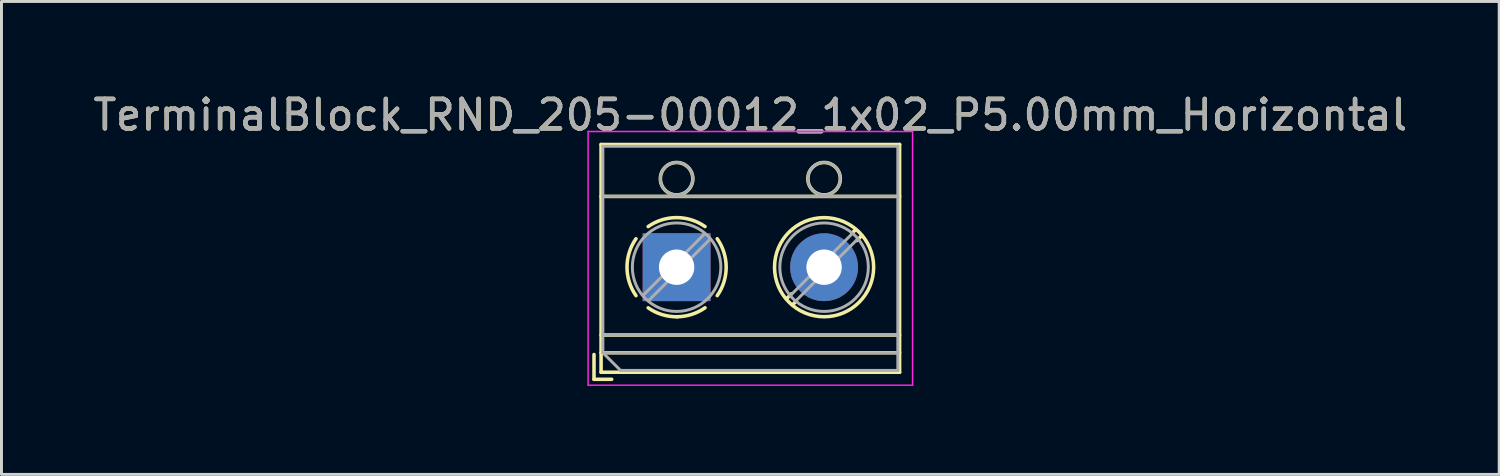
<source format=kicad_pcb>
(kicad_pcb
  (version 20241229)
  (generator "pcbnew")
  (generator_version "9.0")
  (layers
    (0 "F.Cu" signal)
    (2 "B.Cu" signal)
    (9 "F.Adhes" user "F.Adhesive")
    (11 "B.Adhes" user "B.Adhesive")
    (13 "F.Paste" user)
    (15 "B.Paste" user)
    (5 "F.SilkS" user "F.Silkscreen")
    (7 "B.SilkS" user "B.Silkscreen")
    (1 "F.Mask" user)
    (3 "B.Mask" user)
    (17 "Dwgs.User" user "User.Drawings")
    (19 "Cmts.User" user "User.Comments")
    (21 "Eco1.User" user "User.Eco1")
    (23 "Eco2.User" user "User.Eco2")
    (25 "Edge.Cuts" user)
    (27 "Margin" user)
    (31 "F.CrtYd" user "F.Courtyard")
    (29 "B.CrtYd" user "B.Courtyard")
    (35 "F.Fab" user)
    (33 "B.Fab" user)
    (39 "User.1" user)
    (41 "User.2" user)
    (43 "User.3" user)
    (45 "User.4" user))
  (footprint "TerminalBlock_RND_205-00012_1x02_P5.00mm_Horizontal"
    (layer "F.Cu")
    (at 19.887 6.008)
    (property "Reference" "TerminalBlock_RND_205-00012_1x02_P5.00mm_Horizontal" (at 2.5 -5.16 0) (layer "F.SilkS") (effects (font (size 1 1) (thickness 0.15))))
    (attr through_hole)
    (fp_line (start -2.8 2.96) (end -2.8 3.8) (stroke (width 0.12) (type solid)) (layer "F.SilkS"))
    (fp_line (start -2.8 3.8) (end -2.2 3.8) (stroke (width 0.12) (type solid)) (layer "F.SilkS"))
    (fp_line (start -2.56 -4.16) (end -2.56 3.561) (stroke (width 0.12) (type solid)) (layer "F.SilkS"))
    (fp_line (start -2.56 -4.16) (end 7.56 -4.16) (stroke (width 0.12) (type solid)) (layer "F.SilkS"))
    (fp_line (start -2.56 -2.4) (end 7.56 -2.4) (stroke (width 0.12) (type solid)) (layer "F.SilkS"))
    (fp_line (start -2.56 2.3) (end 7.56 2.3) (stroke (width 0.12) (type solid)) (layer "F.SilkS"))
    (fp_line (start -2.56 2.9) (end 7.56 2.9) (stroke (width 0.12) (type solid)) (layer "F.SilkS"))
    (fp_line (start -2.56 3.561) (end 7.56 3.561) (stroke (width 0.12) (type solid)) (layer "F.SilkS"))
    (fp_line (start 3.89 0.905) (end 3.726 1.069) (stroke (width 0.12) (type solid)) (layer "F.SilkS"))
    (fp_line (start 4.06 1.146) (end 3.931 1.274) (stroke (width 0.12) (type solid)) (layer "F.SilkS"))
    (fp_line (start 6.07 -1.275) (end 5.941 -1.146) (stroke (width 0.12) (type solid)) (layer "F.SilkS"))
    (fp_line (start 6.275 -1.069) (end 6.111 -0.905) (stroke (width 0.12) (type solid)) (layer "F.SilkS"))
    (fp_line (start 7.56 -4.16) (end 7.56 3.561) (stroke (width 0.12) (type solid)) (layer "F.SilkS"))
    (fp_arc (start -1.376825 0.964249) (mid -1.6809 0.000152) (end -1.377 -0.964) (stroke (width 0.12) (type solid)) (layer "F.SilkS"))
    (fp_arc (start -0.964249 -1.376825) (mid -0.000152 -1.6809) (end 0.964 -1.377) (stroke (width 0.12) (type solid)) (layer "F.SilkS"))
    (fp_arc (start 0.029488 1.680641) (mid -0.491302 1.607497) (end -0.964 1.377) (stroke (width 0.12) (type solid)) (layer "F.SilkS"))
    (fp_arc (start 0.963608 1.376175) (mid 0.505186 1.602244) (end 0 1.68) (stroke (width 0.12) (type solid)) (layer "F.SilkS"))
    (fp_arc (start 1.376825 -0.964249) (mid 1.6809 -0.000152) (end 1.377 0.964) (stroke (width 0.12) (type solid)) (layer "F.SilkS"))
    (fp_circle (center 0 -3) (end 0.55 -3) (stroke (width 0.12) (type solid)) (fill no) (layer "F.SilkS"))
    (fp_circle (center 5 -3) (end 5.55 -3) (stroke (width 0.12) (type solid)) (fill no) (layer "F.SilkS"))
    (fp_circle (center 5 0) (end 6.68 0) (stroke (width 0.12) (type solid)) (fill no) (layer "F.SilkS"))
    (fp_line (start -3 -4.6) (end -3 4) (stroke (width 0.05) (type solid)) (layer "F.CrtYd"))
    (fp_line (start -3 4) (end 8 4) (stroke (width 0.05) (type solid)) (layer "F.CrtYd"))
    (fp_line (start 8 -4.6) (end -3 -4.6) (stroke (width 0.05) (type solid)) (layer "F.CrtYd"))
    (fp_line (start 8 4) (end 8 -4.6) (stroke (width 0.05) (type solid)) (layer "F.CrtYd"))
    (fp_line (start -2.5 -4.1) (end 7.5 -4.1) (stroke (width 0.1) (type solid)) (layer "F.Fab"))
    (fp_line (start -2.5 -2.4) (end 7.5 -2.4) (stroke (width 0.1) (type solid)) (layer "F.Fab"))
    (fp_line (start -2.5 2.3) (end 7.5 2.3) (stroke (width 0.1) (type solid)) (layer "F.Fab"))
    (fp_line (start -2.5 2.9) (end -2.5 -4.1) (stroke (width 0.1) (type solid)) (layer "F.Fab"))
    (fp_line (start -2.5 2.9) (end 7.5 2.9) (stroke (width 0.1) (type solid)) (layer "F.Fab"))
    (fp_line (start -1.9 3.5) (end -2.5 2.9) (stroke (width 0.1) (type solid)) (layer "F.Fab"))
    (fp_line (start 0.955 -1.138) (end -1.138 0.955) (stroke (width 0.1) (type solid)) (layer "F.Fab"))
    (fp_line (start 1.138 -0.955) (end -0.955 1.138) (stroke (width 0.1) (type solid)) (layer "F.Fab"))
    (fp_line (start 5.955 -1.138) (end 3.863 0.955) (stroke (width 0.1) (type solid)) (layer "F.Fab"))
    (fp_line (start 6.138 -0.955) (end 4.046 1.138) (stroke (width 0.1) (type solid)) (layer "F.Fab"))
    (fp_line (start 7.5 -4.1) (end 7.5 3.5) (stroke (width 0.1) (type solid)) (layer "F.Fab"))
    (fp_line (start 7.5 3.5) (end -1.9 3.5) (stroke (width 0.1) (type solid)) (layer "F.Fab"))
    (fp_circle (center 0 -3) (end 0.55 -3) (stroke (width 0.1) (type solid)) (fill no) (layer "F.Fab"))
    (fp_circle (center 0 0) (end 1.5 0) (stroke (width 0.1) (type solid)) (fill no) (layer "F.Fab"))
    (fp_circle (center 5 -3) (end 5.55 -3) (stroke (width 0.1) (type solid)) (fill no) (layer "F.Fab"))
    (fp_circle (center 5 0) (end 6.5 0) (stroke (width 0.1) (type solid)) (fill no) (layer "F.Fab"))
    (fp_text user "${REFERENCE}" (at 2.5 -5.16 0) (layer "F.Fab") (effects (font (size 1 1) (thickness 0.15))))
    (pad "1" thru_hole rect (at 0 0) (size 2.3 2.3) (drill 1.2) (layers "*.Cu" "*.Mask"))
    (pad "2" thru_hole circle (at 5 0) (size 2.3 2.3) (drill 1.2) (layers "*.Cu" "*.Mask")))
  (gr_rect
    (start -3 -3)
    (end 47.774 13.033)
    (stroke (width 0.1) (type default))
    (fill no)
    (layer "Edge.Cuts")))
</source>
